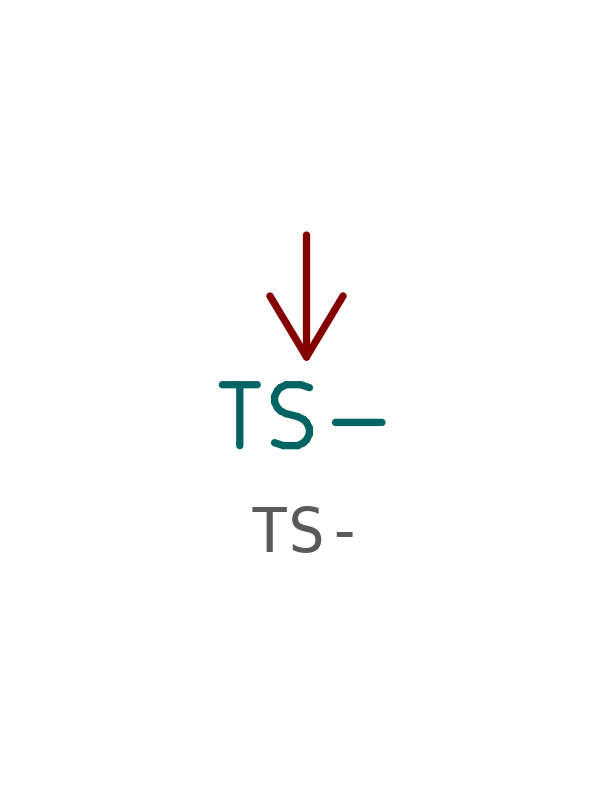
<source format=kicad_sym>
(kicad_symbol_lib
  (version 20241209)
  (generator "kicad_symbol_editor")
  (generator_version "9.0")
  (symbol "TS-"
    (power)
    (pin_numbers
      (hide yes))
    (pin_names
      (offset 0)
      (hide yes))
    (property "Reference" "#PWR"
      (at 0 0 0)
      (effects (font (size 1.27 1.27)) (hide yes)))
    (property "Value" "TS-"
      (at 0 -3.81 0)
      (effects (font (size 1.27 1.27))))
    (symbol "TS-_1_1"
      (polyline (pts (xy 0 0) (xy 0 -2.54)) (stroke (width 0) (type solid)) (fill (type none)))
      (polyline (pts (xy 0 -2.54) (xy -0.762 -1.27)) (stroke (width 0) (type solid)) (fill (type none)))
      (polyline (pts (xy 0.762 -1.27) (xy 0 -2.54)) (stroke (width 0) (type solid)) (fill (type none)))
      (pin power_in line (at 0 0 270) (length 0) (hide yes) (name "TS-" (effects (font (size 1.27 1.27)))) (number "1" (effects (font (size 1.27 1.27))))))))
</source>
